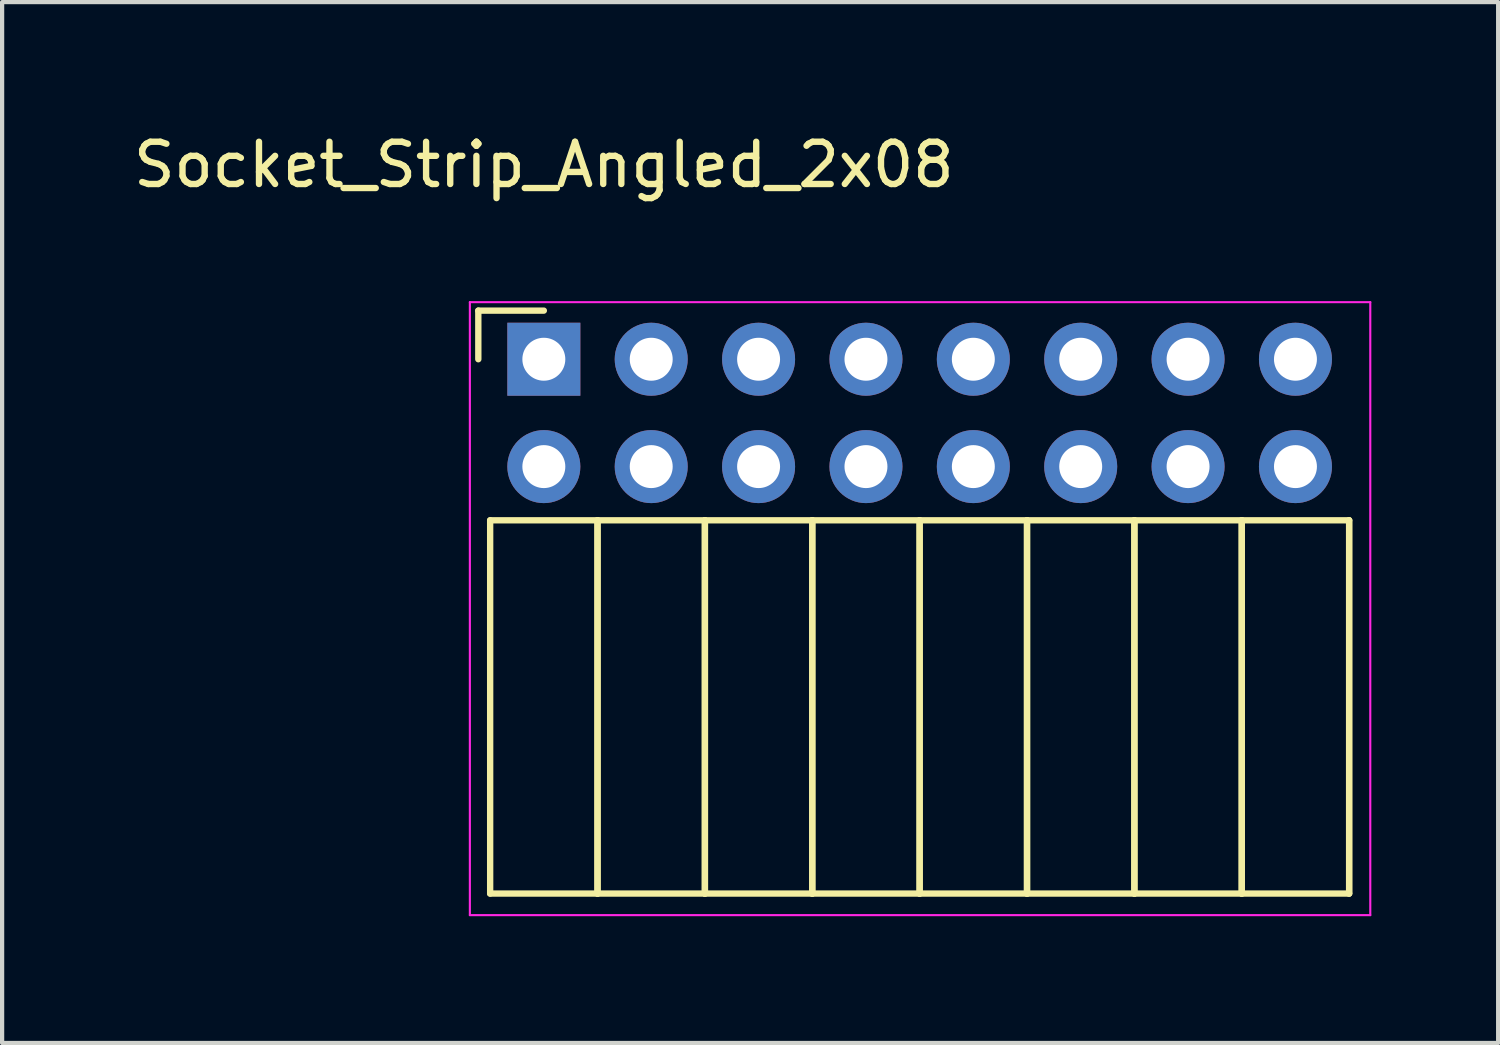
<source format=kicad_pcb>
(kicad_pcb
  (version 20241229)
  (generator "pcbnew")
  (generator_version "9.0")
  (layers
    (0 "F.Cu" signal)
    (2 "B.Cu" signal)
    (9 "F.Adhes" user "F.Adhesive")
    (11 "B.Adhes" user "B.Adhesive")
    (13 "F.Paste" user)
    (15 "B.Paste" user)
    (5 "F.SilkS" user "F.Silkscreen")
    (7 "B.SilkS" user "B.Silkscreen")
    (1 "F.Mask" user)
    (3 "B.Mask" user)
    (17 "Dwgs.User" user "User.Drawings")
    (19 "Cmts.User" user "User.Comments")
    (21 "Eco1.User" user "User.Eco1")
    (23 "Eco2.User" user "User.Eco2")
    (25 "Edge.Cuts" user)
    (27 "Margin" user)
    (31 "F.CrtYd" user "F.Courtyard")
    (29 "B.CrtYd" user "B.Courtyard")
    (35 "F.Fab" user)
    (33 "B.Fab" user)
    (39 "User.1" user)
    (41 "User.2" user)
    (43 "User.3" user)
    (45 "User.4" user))
  (footprint "Socket_Strip_Angled_2x08"
    (layer "F.Cu")
    (at 9.815 5.448)
    (property "Reference" "Socket_Strip_Angled_2x08" (at 0 -4.6 0) (layer "F.SilkS") (effects (font (size 1 1) (thickness 0.15))))
    (attr through_hole)
    (fp_line (start -1.55 -1.15) (end -1.55 0) (stroke (width 0.15) (type solid)) (layer "F.SilkS"))
    (fp_line (start -1.27 3.81) (end -1.27 12.64) (stroke (width 0.15) (type solid)) (layer "F.SilkS"))
    (fp_line (start -1.27 3.81) (end 1.27 3.81) (stroke (width 0.15) (type solid)) (layer "F.SilkS"))
    (fp_line (start -1.27 12.64) (end 1.27 12.64) (stroke (width 0.15) (type solid)) (layer "F.SilkS"))
    (fp_line (start 0 -1.15) (end -1.55 -1.15) (stroke (width 0.15) (type solid)) (layer "F.SilkS"))
    (fp_line (start 1.27 3.81) (end 1.27 12.64) (stroke (width 0.15) (type solid)) (layer "F.SilkS"))
    (fp_line (start 1.27 3.81) (end 3.81 3.81) (stroke (width 0.15) (type solid)) (layer "F.SilkS"))
    (fp_line (start 1.27 12.64) (end 1.27 3.81) (stroke (width 0.15) (type solid)) (layer "F.SilkS"))
    (fp_line (start 1.27 12.64) (end 3.81 12.64) (stroke (width 0.15) (type solid)) (layer "F.SilkS"))
    (fp_line (start 3.81 3.81) (end 3.81 12.64) (stroke (width 0.15) (type solid)) (layer "F.SilkS"))
    (fp_line (start 3.81 3.81) (end 6.35 3.81) (stroke (width 0.15) (type solid)) (layer "F.SilkS"))
    (fp_line (start 3.81 12.64) (end 3.81 3.81) (stroke (width 0.15) (type solid)) (layer "F.SilkS"))
    (fp_line (start 3.81 12.64) (end 6.35 12.64) (stroke (width 0.15) (type solid)) (layer "F.SilkS"))
    (fp_line (start 6.35 3.81) (end 6.35 12.64) (stroke (width 0.15) (type solid)) (layer "F.SilkS"))
    (fp_line (start 6.35 3.81) (end 8.89 3.81) (stroke (width 0.15) (type solid)) (layer "F.SilkS"))
    (fp_line (start 6.35 12.64) (end 6.35 3.81) (stroke (width 0.15) (type solid)) (layer "F.SilkS"))
    (fp_line (start 6.35 12.64) (end 8.89 12.64) (stroke (width 0.15) (type solid)) (layer "F.SilkS"))
    (fp_line (start 8.89 3.81) (end 8.89 12.64) (stroke (width 0.15) (type solid)) (layer "F.SilkS"))
    (fp_line (start 8.89 3.81) (end 11.43 3.81) (stroke (width 0.15) (type solid)) (layer "F.SilkS"))
    (fp_line (start 8.89 12.64) (end 8.89 3.81) (stroke (width 0.15) (type solid)) (layer "F.SilkS"))
    (fp_line (start 8.89 12.64) (end 11.43 12.64) (stroke (width 0.15) (type solid)) (layer "F.SilkS"))
    (fp_line (start 11.43 3.81) (end 11.43 12.64) (stroke (width 0.15) (type solid)) (layer "F.SilkS"))
    (fp_line (start 11.43 3.81) (end 13.97 3.81) (stroke (width 0.15) (type solid)) (layer "F.SilkS"))
    (fp_line (start 11.43 12.64) (end 11.43 3.81) (stroke (width 0.15) (type solid)) (layer "F.SilkS"))
    (fp_line (start 11.43 12.64) (end 13.97 12.64) (stroke (width 0.15) (type solid)) (layer "F.SilkS"))
    (fp_line (start 13.97 3.81) (end 13.97 12.64) (stroke (width 0.15) (type solid)) (layer "F.SilkS"))
    (fp_line (start 13.97 3.81) (end 16.51 3.81) (stroke (width 0.15) (type solid)) (layer "F.SilkS"))
    (fp_line (start 13.97 12.64) (end 13.97 3.81) (stroke (width 0.15) (type solid)) (layer "F.SilkS"))
    (fp_line (start 13.97 12.64) (end 16.51 12.64) (stroke (width 0.15) (type solid)) (layer "F.SilkS"))
    (fp_line (start 16.51 3.81) (end 16.51 12.64) (stroke (width 0.15) (type solid)) (layer "F.SilkS"))
    (fp_line (start 16.51 3.81) (end 19.05 3.81) (stroke (width 0.15) (type solid)) (layer "F.SilkS"))
    (fp_line (start 16.51 12.64) (end 16.51 3.81) (stroke (width 0.15) (type solid)) (layer "F.SilkS"))
    (fp_line (start 16.51 12.64) (end 19.05 12.64) (stroke (width 0.15) (type solid)) (layer "F.SilkS"))
    (fp_line (start 19.05 3.81) (end 19.05 12.64) (stroke (width 0.15) (type solid)) (layer "F.SilkS"))
    (fp_line (start 19.05 12.64) (end 19.05 3.81) (stroke (width 0.15) (type solid)) (layer "F.SilkS"))
    (fp_line (start -1.75 -1.35) (end -1.75 13.15) (stroke (width 0.05) (type solid)) (layer "F.CrtYd"))
    (fp_line (start -1.75 -1.35) (end 19.55 -1.35) (stroke (width 0.05) (type solid)) (layer "F.CrtYd"))
    (fp_line (start -1.75 13.15) (end 19.55 13.15) (stroke (width 0.05) (type solid)) (layer "F.CrtYd"))
    (fp_line (start 19.55 -1.35) (end 19.55 13.15) (stroke (width 0.05) (type solid)) (layer "F.CrtYd"))
    (pad "1" thru_hole rect (at 0 0) (size 1.727 1.727) (drill 1.016) (layers "*.Cu" "*.Mask"))
    (pad "2" thru_hole oval (at 0 2.54) (size 1.727 1.727) (drill 1.016) (layers "*.Cu" "*.Mask"))
    (pad "3" thru_hole oval (at 2.54 0) (size 1.727 1.727) (drill 1.016) (layers "*.Cu" "*.Mask"))
    (pad "4" thru_hole oval (at 2.54 2.54) (size 1.727 1.727) (drill 1.016) (layers "*.Cu" "*.Mask"))
    (pad "5" thru_hole oval (at 5.08 0) (size 1.727 1.727) (drill 1.016) (layers "*.Cu" "*.Mask"))
    (pad "6" thru_hole oval (at 5.08 2.54) (size 1.727 1.727) (drill 1.016) (layers "*.Cu" "*.Mask"))
    (pad "7" thru_hole oval (at 7.62 0) (size 1.727 1.727) (drill 1.016) (layers "*.Cu" "*.Mask"))
    (pad "8" thru_hole oval (at 7.62 2.54) (size 1.727 1.727) (drill 1.016) (layers "*.Cu" "*.Mask"))
    (pad "9" thru_hole oval (at 10.16 0) (size 1.727 1.727) (drill 1.016) (layers "*.Cu" "*.Mask"))
    (pad "10" thru_hole oval (at 10.16 2.54) (size 1.727 1.727) (drill 1.016) (layers "*.Cu" "*.Mask"))
    (pad "11" thru_hole oval (at 12.7 0) (size 1.727 1.727) (drill 1.016) (layers "*.Cu" "*.Mask"))
    (pad "12" thru_hole oval (at 12.7 2.54) (size 1.727 1.727) (drill 1.016) (layers "*.Cu" "*.Mask"))
    (pad "13" thru_hole oval (at 15.24 0) (size 1.727 1.727) (drill 1.016) (layers "*.Cu" "*.Mask"))
    (pad "14" thru_hole oval (at 15.24 2.54) (size 1.727 1.727) (drill 1.016) (layers "*.Cu" "*.Mask"))
    (pad "15" thru_hole oval (at 17.78 0) (size 1.727 1.727) (drill 1.016) (layers "*.Cu" "*.Mask"))
    (pad "16" thru_hole oval (at 17.78 2.54) (size 1.727 1.727) (drill 1.016) (layers "*.Cu" "*.Mask")))
  (gr_rect
    (start -3 -3)
    (end 32.39 21.623)
    (stroke (width 0.1) (type default))
    (fill no)
    (layer "Edge.Cuts")))
</source>
